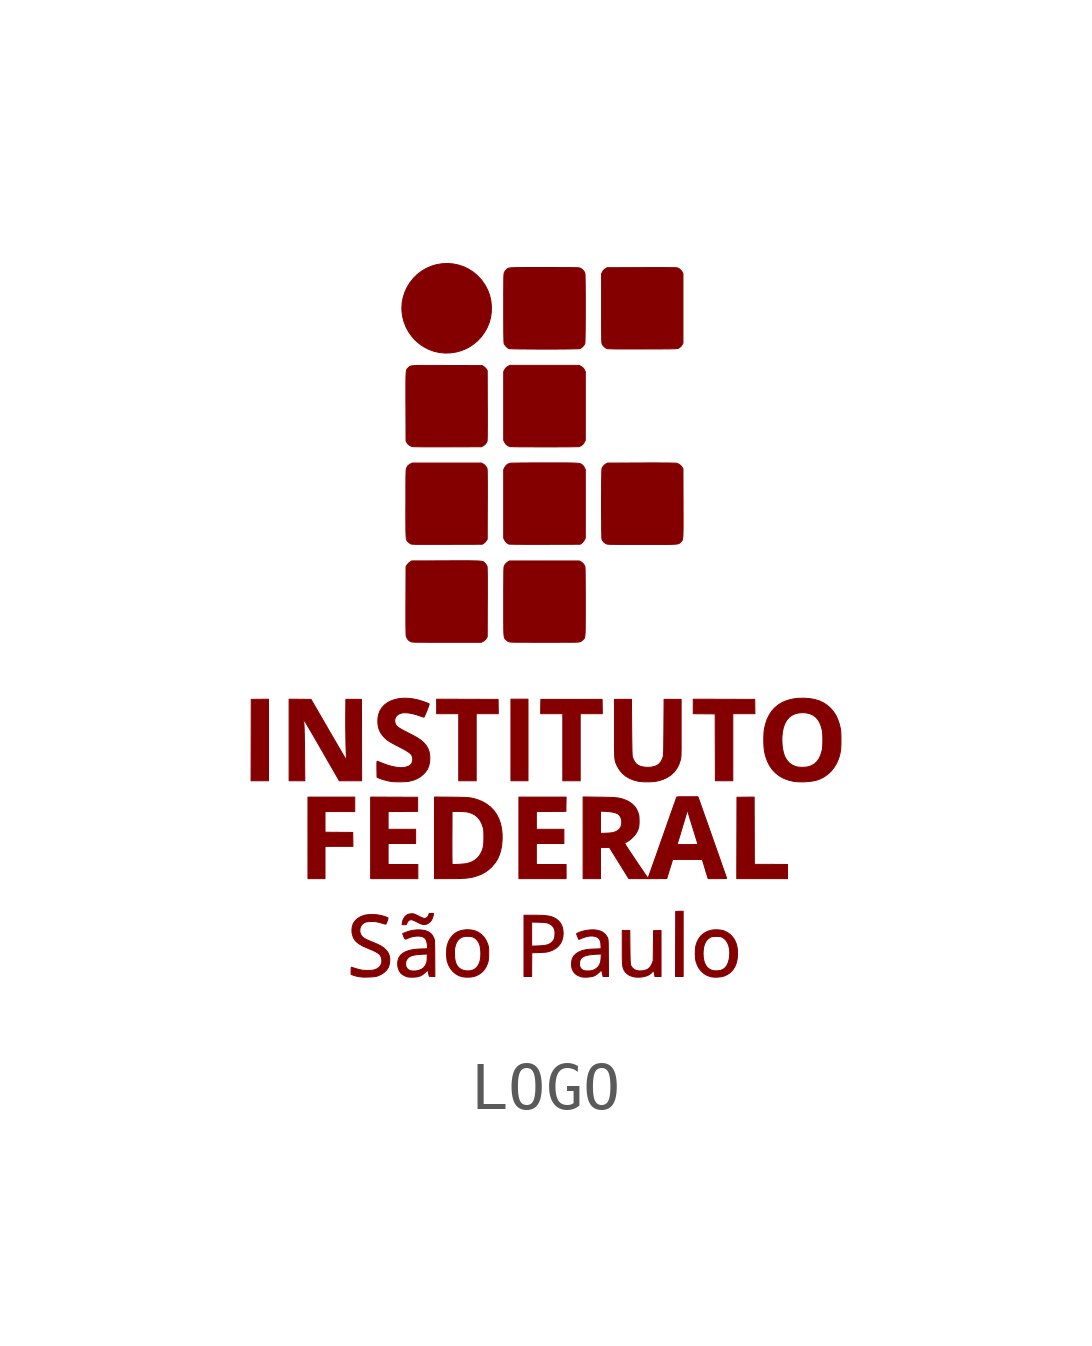
<source format=kicad_sym>
(kicad_symbol_lib
  (version 20220914)
  (generator "bitmap2component")
  (generator_version "9.0")
  (symbol "LOGO"
    (pin_names
      (offset 1.016))
    (property "Reference" "#G"
      (at 0 7.094 0)
      (effects (font (size 1.27 1.27)) hide))
    (symbol "LOGO_0_0"
      (polyline (pts (xy -3.668 -7.4) (xy -3.617 -7.398) (xy -3.571 -7.395) (xy -3.533 -7.391) (xy -3.506 -7.386) (xy -3.454 -7.368) (xy -3.391 -7.337) (xy -3.337 -7.299) (xy -3.292 -7.255) (xy -3.26 -7.208) (xy -3.248 -7.18) (xy -3.233 -7.127) (xy -3.226 -7.07) (xy -3.226 -7.015) (xy -3.227 -7.004) (xy -3.237 -6.951) (xy -3.253 -6.907) (xy -3.279 -6.867) (xy -3.316 -6.825) (xy -3.32 -6.821) (xy -3.35 -6.794) (xy -3.383 -6.77) (xy -3.42 -6.747) (xy -3.465 -6.724) (xy -3.519 -6.7) (xy -3.585 -6.673) (xy -3.634 -6.653) (xy -3.681 -6.633) (xy -3.718 -6.615) (xy -3.748 -6.598) (xy -3.772 -6.582) (xy -3.793 -6.564) (xy -3.799 -6.559) (xy -3.828 -6.519) (xy -3.845 -6.474) (xy -3.85 -6.426) (xy -3.844 -6.378) (xy -3.825 -6.334) (xy -3.796 -6.296) (xy -3.784 -6.286) (xy -3.757 -6.267) (xy -3.724 -6.254) (xy -3.684 -6.246) (xy -3.633 -6.242) (xy -3.571 -6.242) (xy -3.511 -6.247) (xy -3.45 -6.259) (xy -3.382 -6.279) (xy -3.363 -6.285) (xy -3.335 -6.293) (xy -3.315 -6.297) (xy -3.306 -6.296) (xy -3.304 -6.293) (xy -3.296 -6.277) (xy -3.286 -6.254) (xy -3.277 -6.227) (xy -3.268 -6.201) (xy -3.263 -6.18) (xy -3.262 -6.17) (xy -3.265 -6.166) (xy -3.281 -6.158) (xy -3.307 -6.147) (xy -3.34 -6.136) (xy -3.378 -6.125) (xy -3.417 -6.116) (xy -3.454 -6.108) (xy -3.467 -6.106) (xy -3.519 -6.1) (xy -3.576 -6.098) (xy -3.634 -6.098) (xy -3.688 -6.102) (xy -3.732 -6.108) (xy -3.776 -6.12) (xy -3.841 -6.147) (xy -3.898 -6.184) (xy -3.945 -6.227) (xy -3.98 -6.277) (xy -3.991 -6.301) (xy -4.007 -6.356) (xy -4.014 -6.416) (xy -4.011 -6.477) (xy -4.009 -6.489) (xy -3.996 -6.542) (xy -3.977 -6.59) (xy -3.949 -6.633) (xy -3.912 -6.672) (xy -3.865 -6.708) (xy -3.806 -6.744) (xy -3.734 -6.778) (xy -3.649 -6.814) (xy -3.581 -6.842) (xy -3.522 -6.87) (xy -3.475 -6.898) (xy -3.442 -6.923) (xy -3.429 -6.937) (xy -3.408 -6.973) (xy -3.394 -7.016) (xy -3.389 -7.061) (xy -3.394 -7.11) (xy -3.414 -7.157) (xy -3.446 -7.196) (xy -3.49 -7.228) (xy -3.546 -7.251) (xy -3.551 -7.252) (xy -3.585 -7.258) (xy -3.629 -7.262) (xy -3.678 -7.263) (xy -3.729 -7.262) (xy -3.778 -7.259) (xy -3.819 -7.254) (xy -3.824 -7.253) (xy -3.852 -7.246) (xy -3.888 -7.237) (xy -3.927 -7.226) (xy -3.966 -7.214) (xy -3.999 -7.203) (xy -4.021 -7.195) (xy -4.021 -7.195) (xy -4.026 -7.197) (xy -4.029 -7.209) (xy -4.03 -7.231) (xy -4.031 -7.268) (xy -4.031 -7.344) (xy -4.004 -7.355) (xy -3.983 -7.363) (xy -3.941 -7.376) (xy -3.893 -7.387) (xy -3.845 -7.396) (xy -3.844 -7.396) (xy -3.811 -7.399) (xy -3.768 -7.401) (xy -3.719 -7.401) (xy -3.668 -7.4)) (stroke (width 0.01) (type default)) (fill (type outline)))
      (polyline (pts (xy -2.713 -7.402) (xy -2.671 -7.398) (xy -2.638 -7.393) (xy -2.634 -7.391) (xy -2.592 -7.378) (xy -2.557 -7.36) (xy -2.522 -7.336) (xy -2.483 -7.302) (xy -2.431 -7.253) (xy -2.417 -7.319) (xy -2.402 -7.385) (xy -2.344 -7.387) (xy -2.285 -7.389) (xy -2.287 -7.013) (xy -2.287 -6.936) (xy -2.288 -6.863) (xy -2.288 -6.803) (xy -2.289 -6.754) (xy -2.29 -6.714) (xy -2.291 -6.683) (xy -2.292 -6.659) (xy -2.294 -6.64) (xy -2.296 -6.625) (xy -2.299 -6.614) (xy -2.302 -6.603) (xy -2.306 -6.593) (xy -2.306 -6.593) (xy -2.333 -6.537) (xy -2.369 -6.494) (xy -2.416 -6.46) (xy -2.473 -6.437) (xy -2.497 -6.43) (xy -2.575 -6.418) (xy -2.659 -6.417) (xy -2.746 -6.426) (xy -2.833 -6.447) (xy -2.917 -6.479) (xy -2.957 -6.496) (xy -2.934 -6.553) (xy -2.923 -6.579) (xy -2.912 -6.599) (xy -2.9 -6.608) (xy -2.887 -6.608) (xy -2.869 -6.6) (xy -2.864 -6.598) (xy -2.844 -6.59) (xy -2.816 -6.579) (xy -2.784 -6.568) (xy -2.731 -6.555) (xy -2.676 -6.547) (xy -2.621 -6.546) (xy -2.573 -6.551) (xy -2.534 -6.563) (xy -2.502 -6.581) (xy -2.478 -6.607) (xy -2.46 -6.641) (xy -2.448 -6.685) (xy -2.44 -6.742) (xy -2.439 -6.761) (xy -2.438 -6.786) (xy -2.44 -6.801) (xy -2.445 -6.808) (xy -2.455 -6.81) (xy -2.477 -6.812) (xy -2.507 -6.814) (xy -2.542 -6.814) (xy -2.638 -6.818) (xy -2.736 -6.828) (xy -2.822 -6.846) (xy -2.894 -6.872) (xy -2.953 -6.905) (xy -2.999 -6.946) (xy -3.032 -6.994) (xy -3.041 -7.012) (xy -3.056 -7.066) (xy -3.061 -7.123) (xy -3.06 -7.13) (xy -2.896 -7.13) (xy -2.892 -7.082) (xy -2.876 -7.041) (xy -2.846 -7.002) (xy -2.84 -6.997) (xy -2.817 -6.979) (xy -2.79 -6.964) (xy -2.757 -6.952) (xy -2.717 -6.942) (xy -2.667 -6.935) (xy -2.606 -6.929) (xy -2.532 -6.924) (xy -2.442 -6.92) (xy -2.445 -7.005) (xy -2.445 -7.014) (xy -2.447 -7.05) (xy -2.45 -7.077) (xy -2.454 -7.098) (xy -2.462 -7.118) (xy -2.473 -7.142) (xy -2.489 -7.17) (xy -2.521 -7.209) (xy -2.563 -7.238) (xy -2.617 -7.26) (xy -2.634 -7.265) (xy -2.675 -7.272) (xy -2.719 -7.275) (xy -2.761 -7.274) (xy -2.793 -7.268) (xy -2.827 -7.254) (xy -2.861 -7.227) (xy -2.884 -7.191) (xy -2.895 -7.145) (xy -2.896 -7.13) (xy -3.06 -7.13) (xy -3.056 -7.182) (xy -3.041 -7.237) (xy -3.018 -7.286) (xy -2.987 -7.326) (xy -2.971 -7.339) (xy -2.935 -7.362) (xy -2.894 -7.382) (xy -2.855 -7.396) (xy -2.841 -7.398) (xy -2.803 -7.402) (xy -2.759 -7.403) (xy -2.713 -7.402)) (stroke (width 0.01) (type default)) (fill (type outline)))
      (polyline (pts (xy -1.528 -7.399) (xy -1.485 -7.392) (xy -1.436 -7.378) (xy -1.367 -7.345) (xy -1.307 -7.301) (xy -1.256 -7.247) (xy -1.217 -7.184) (xy -1.21 -7.168) (xy -1.193 -7.129) (xy -1.18 -7.092) (xy -1.172 -7.055) (xy -1.167 -7.013) (xy -1.164 -6.963) (xy -1.164 -6.902) (xy -1.164 -6.871) (xy -1.164 -6.83) (xy -1.165 -6.8) (xy -1.168 -6.776) (xy -1.172 -6.756) (xy -1.177 -6.736) (xy -1.185 -6.713) (xy -1.19 -6.7) (xy -1.219 -6.633) (xy -1.256 -6.577) (xy -1.302 -6.526) (xy -1.317 -6.512) (xy -1.378 -6.468) (xy -1.445 -6.438) (xy -1.519 -6.42) (xy -1.602 -6.414) (xy -1.635 -6.415) (xy -1.705 -6.424) (xy -1.77 -6.441) (xy -1.827 -6.465) (xy -1.869 -6.492) (xy -1.92 -6.54) (xy -1.965 -6.598) (xy -2.001 -6.665) (xy -2.026 -6.739) (xy -2.027 -6.742) (xy -2.034 -6.78) (xy -2.038 -6.827) (xy -2.04 -6.878) (xy -1.877 -6.878) (xy -1.876 -6.845) (xy -1.874 -6.817) (xy -1.87 -6.791) (xy -1.863 -6.762) (xy -1.852 -6.723) (xy -1.833 -6.676) (xy -1.808 -6.638) (xy -1.776 -6.605) (xy -1.769 -6.599) (xy -1.733 -6.575) (xy -1.692 -6.56) (xy -1.643 -6.552) (xy -1.584 -6.552) (xy -1.546 -6.554) (xy -1.518 -6.558) (xy -1.495 -6.564) (xy -1.473 -6.574) (xy -1.439 -6.596) (xy -1.398 -6.636) (xy -1.366 -6.686) (xy -1.344 -6.747) (xy -1.331 -6.82) (xy -1.326 -6.905) (xy -1.329 -6.982) (xy -1.339 -7.05) (xy -1.356 -7.108) (xy -1.38 -7.157) (xy -1.413 -7.2) (xy -1.447 -7.23) (xy -1.489 -7.253) (xy -1.503 -7.257) (xy -1.563 -7.271) (xy -1.623 -7.272) (xy -1.681 -7.263) (xy -1.733 -7.243) (xy -1.778 -7.214) (xy -1.813 -7.175) (xy -1.815 -7.172) (xy -1.837 -7.135) (xy -1.853 -7.095) (xy -1.865 -7.05) (xy -1.872 -6.997) (xy -1.875 -6.931) (xy -1.876 -6.922) (xy -1.877 -6.878) (xy -2.04 -6.878) (xy -2.04 -6.881) (xy -2.04 -6.936) (xy -2.038 -6.989) (xy -2.033 -7.036) (xy -2.027 -7.071) (xy -1.999 -7.15) (xy -1.96 -7.22) (xy -1.912 -7.28) (xy -1.856 -7.33) (xy -1.792 -7.367) (xy -1.722 -7.392) (xy -1.685 -7.398) (xy -1.634 -7.402) (xy -1.58 -7.402) (xy -1.528 -7.399)) (stroke (width 0.01) (type default)) (fill (type outline)))
      (polyline (pts (xy 0.884 -7.402) (xy 0.928 -7.399) (xy 0.982 -7.392) (xy 1.028 -7.379) (xy 1.068 -7.359) (xy 1.107 -7.33) (xy 1.148 -7.292) (xy 1.167 -7.274) (xy 1.183 -7.262) (xy 1.191 -7.262) (xy 1.191 -7.264) (xy 1.196 -7.278) (xy 1.202 -7.301) (xy 1.208 -7.33) (xy 1.221 -7.389) (xy 1.278 -7.389) (xy 1.334 -7.389) (xy 1.332 -7.005) (xy 1.331 -6.952) (xy 1.331 -6.874) (xy 1.33 -6.809) (xy 1.33 -6.755) (xy 1.329 -6.712) (xy 1.328 -6.678) (xy 1.327 -6.652) (xy 1.325 -6.631) (xy 1.323 -6.616) (xy 1.321 -6.604) (xy 1.318 -6.594) (xy 1.315 -6.585) (xy 1.299 -6.554) (xy 1.267 -6.512) (xy 1.227 -6.476) (xy 1.185 -6.45) (xy 1.181 -6.448) (xy 1.116 -6.428) (xy 1.043 -6.417) (xy 0.964 -6.417) (xy 0.882 -6.426) (xy 0.799 -6.444) (xy 0.717 -6.472) (xy 0.716 -6.473) (xy 0.692 -6.484) (xy 0.675 -6.493) (xy 0.669 -6.499) (xy 0.669 -6.5) (xy 0.673 -6.512) (xy 0.681 -6.534) (xy 0.692 -6.56) (xy 0.715 -6.616) (xy 0.779 -6.59) (xy 0.781 -6.589) (xy 0.862 -6.561) (xy 0.935 -6.546) (xy 1.001 -6.544) (xy 1.06 -6.554) (xy 1.061 -6.554) (xy 1.105 -6.573) (xy 1.138 -6.601) (xy 1.161 -6.639) (xy 1.174 -6.687) (xy 1.178 -6.747) (xy 1.179 -6.811) (xy 1.05 -6.816) (xy 1.043 -6.816) (xy 0.973 -6.819) (xy 0.916 -6.824) (xy 0.868 -6.83) (xy 0.825 -6.839) (xy 0.786 -6.85) (xy 0.768 -6.856) (xy 0.706 -6.884) (xy 0.654 -6.919) (xy 0.613 -6.96) (xy 0.585 -7.006) (xy 0.578 -7.024) (xy 0.568 -7.07) (xy 0.564 -7.122) (xy 0.564 -7.123) (xy 0.729 -7.123) (xy 0.732 -7.087) (xy 0.741 -7.049) (xy 0.758 -7.017) (xy 0.785 -6.99) (xy 0.822 -6.969) (xy 0.87 -6.952) (xy 0.93 -6.939) (xy 1.003 -6.93) (xy 1.09 -6.924) (xy 1.182 -6.919) (xy 1.182 -6.963) (xy 1.179 -7.025) (xy 1.169 -7.09) (xy 1.149 -7.143) (xy 1.12 -7.187) (xy 1.081 -7.223) (xy 1.032 -7.251) (xy 1.014 -7.259) (xy 0.988 -7.266) (xy 0.958 -7.271) (xy 0.918 -7.273) (xy 0.891 -7.273) (xy 0.854 -7.272) (xy 0.825 -7.266) (xy 0.8 -7.256) (xy 0.775 -7.239) (xy 0.766 -7.231) (xy 0.745 -7.204) (xy 0.733 -7.169) (xy 0.729 -7.123) (xy 0.564 -7.123) (xy 0.565 -7.172) (xy 0.573 -7.216) (xy 0.582 -7.242) (xy 0.607 -7.291) (xy 0.64 -7.33) (xy 0.685 -7.362) (xy 0.743 -7.387) (xy 0.744 -7.387) (xy 0.767 -7.395) (xy 0.789 -7.399) (xy 0.813 -7.402) (xy 0.843 -7.402) (xy 0.884 -7.402)) (stroke (width 0.01) (type default)) (fill (type outline)))
      (polyline (pts (xy 2.01 -7.401) (xy 2.072 -7.391) (xy 2.129 -7.376) (xy 2.175 -7.355) (xy 2.193 -7.344) (xy 2.218 -7.322) (xy 2.242 -7.3) (xy 2.277 -7.262) (xy 2.284 -7.297) (xy 2.286 -7.305) (xy 2.292 -7.335) (xy 2.297 -7.36) (xy 2.302 -7.389) (xy 2.365 -7.389) (xy 2.429 -7.389) (xy 2.429 -6.909) (xy 2.429 -6.429) (xy 2.352 -6.431) (xy 2.274 -6.433) (xy 2.27 -6.747) (xy 2.266 -7.06) (xy 2.247 -7.111) (xy 2.229 -7.151) (xy 2.201 -7.194) (xy 2.168 -7.227) (xy 2.126 -7.25) (xy 2.073 -7.265) (xy 2.036 -7.271) (xy 1.974 -7.273) (xy 1.919 -7.264) (xy 1.871 -7.243) (xy 1.833 -7.211) (xy 1.829 -7.206) (xy 1.819 -7.194) (xy 1.81 -7.182) (xy 1.803 -7.169) (xy 1.797 -7.154) (xy 1.793 -7.135) (xy 1.789 -7.11) (xy 1.787 -7.079) (xy 1.785 -7.04) (xy 1.784 -6.992) (xy 1.783 -6.932) (xy 1.782 -6.86) (xy 1.781 -6.775) (xy 1.778 -6.429) (xy 1.699 -6.429) (xy 1.621 -6.429) (xy 1.621 -6.775) (xy 1.621 -6.805) (xy 1.621 -6.891) (xy 1.621 -6.963) (xy 1.622 -7.023) (xy 1.624 -7.073) (xy 1.626 -7.114) (xy 1.629 -7.148) (xy 1.632 -7.175) (xy 1.637 -7.198) (xy 1.643 -7.217) (xy 1.65 -7.235) (xy 1.658 -7.252) (xy 1.682 -7.291) (xy 1.724 -7.334) (xy 1.776 -7.367) (xy 1.84 -7.39) (xy 1.883 -7.399) (xy 1.945 -7.403) (xy 2.01 -7.401)) (stroke (width 0.01) (type default)) (fill (type outline)))
      (polyline (pts (xy 3.656 -7.398) (xy 3.709 -7.389) (xy 3.746 -7.378) (xy 3.816 -7.346) (xy 3.876 -7.303) (xy 3.927 -7.249) (xy 3.967 -7.185) (xy 3.997 -7.111) (xy 4.016 -7.027) (xy 4.024 -6.934) (xy 4.021 -6.833) (xy 4.016 -6.786) (xy 3.996 -6.705) (xy 3.964 -6.631) (xy 3.922 -6.567) (xy 3.869 -6.512) (xy 3.806 -6.468) (xy 3.735 -6.436) (xy 3.697 -6.426) (xy 3.643 -6.418) (xy 3.583 -6.415) (xy 3.525 -6.417) (xy 3.473 -6.424) (xy 3.467 -6.426) (xy 3.392 -6.45) (xy 3.326 -6.487) (xy 3.268 -6.535) (xy 3.221 -6.594) (xy 3.183 -6.664) (xy 3.157 -6.743) (xy 3.153 -6.763) (xy 3.147 -6.809) (xy 3.144 -6.864) (xy 3.143 -6.911) (xy 3.305 -6.911) (xy 3.307 -6.861) (xy 3.317 -6.78) (xy 3.336 -6.711) (xy 3.365 -6.654) (xy 3.404 -6.608) (xy 3.453 -6.574) (xy 3.46 -6.57) (xy 3.477 -6.563) (xy 3.493 -6.558) (xy 3.514 -6.555) (xy 3.542 -6.554) (xy 3.581 -6.554) (xy 3.599 -6.554) (xy 3.633 -6.554) (xy 3.658 -6.556) (xy 3.676 -6.56) (xy 3.692 -6.565) (xy 3.71 -6.574) (xy 3.74 -6.593) (xy 3.782 -6.634) (xy 3.816 -6.686) (xy 3.841 -6.747) (xy 3.856 -6.817) (xy 3.862 -6.895) (xy 3.857 -6.979) (xy 3.85 -7.028) (xy 3.831 -7.098) (xy 3.804 -7.157) (xy 3.769 -7.204) (xy 3.726 -7.239) (xy 3.676 -7.26) (xy 3.659 -7.264) (xy 3.631 -7.268) (xy 3.6 -7.271) (xy 3.595 -7.271) (xy 3.529 -7.269) (xy 3.471 -7.253) (xy 3.422 -7.225) (xy 3.381 -7.186) (xy 3.348 -7.134) (xy 3.325 -7.071) (xy 3.31 -6.996) (xy 3.305 -6.911) (xy 3.143 -6.911) (xy 3.143 -6.921) (xy 3.145 -6.977) (xy 3.15 -7.028) (xy 3.157 -7.068) (xy 3.159 -7.075) (xy 3.186 -7.152) (xy 3.224 -7.221) (xy 3.272 -7.281) (xy 3.328 -7.33) (xy 3.392 -7.368) (xy 3.462 -7.392) (xy 3.482 -7.396) (xy 3.537 -7.402) (xy 3.597 -7.403) (xy 3.656 -7.398)) (stroke (width 0.01) (type default)) (fill (type outline)))
      (polyline (pts (xy -0.267 -7.141) (xy -0.265 -6.894) (xy -0.113 -6.889) (xy -0.068 -6.888) (xy -0.021 -6.885) (xy 0.016 -6.882) (xy 0.045 -6.879) (xy 0.071 -6.874) (xy 0.094 -6.868) (xy 0.162 -6.843) (xy 0.23 -6.806) (xy 0.287 -6.759) (xy 0.331 -6.703) (xy 0.363 -6.639) (xy 0.383 -6.566) (xy 0.389 -6.486) (xy 0.389 -6.482) (xy 0.382 -6.404) (xy 0.363 -6.335) (xy 0.331 -6.275) (xy 0.288 -6.224) (xy 0.233 -6.182) (xy 0.167 -6.151) (xy 0.165 -6.15) (xy 0.13 -6.139) (xy 0.091 -6.13) (xy 0.047 -6.123) (xy -0.005 -6.118) (xy -0.066 -6.114) (xy -0.139 -6.113) (xy -0.225 -6.112) (xy -0.427 -6.112) (xy -0.427 -6.505) (xy -0.268 -6.505) (xy -0.268 -6.254) (xy -0.123 -6.257) (xy -0.118 -6.258) (xy -0.058 -6.259) (xy -0.01 -6.262) (xy 0.029 -6.267) (xy 0.06 -6.273) (xy 0.087 -6.282) (xy 0.112 -6.295) (xy 0.137 -6.31) (xy 0.148 -6.319) (xy 0.175 -6.345) (xy 0.196 -6.38) (xy 0.202 -6.391) (xy 0.211 -6.412) (xy 0.216 -6.433) (xy 0.218 -6.458) (xy 0.219 -6.493) (xy 0.219 -6.505) (xy 0.215 -6.559) (xy 0.205 -6.602) (xy 0.187 -6.638) (xy 0.16 -6.669) (xy 0.138 -6.689) (xy 0.109 -6.708) (xy 0.076 -6.723) (xy 0.032 -6.736) (xy 0.029 -6.737) (xy 0.000100 -6.741) (xy -0.04 -6.746) (xy -0.089 -6.749) (xy -0.142 -6.752) (xy -0.268 -6.756) (xy -0.268 -6.505) (xy -0.427 -6.505) (xy -0.427 -6.75) (xy -0.427 -7.389) (xy -0.348 -7.389) (xy -0.268 -7.389) (xy -0.267 -7.141)) (stroke (width 0.01) (type default)) (fill (type outline)))
      (polyline (pts (xy 2.89 -6.708) (xy 2.89 -6.028) (xy 2.812 -6.03) (xy 2.735 -6.033) (xy 2.733 -6.711) (xy 2.731 -7.389) (xy 2.81 -7.389) (xy 2.89 -7.389) (xy 2.89 -6.708)) (stroke (width 0.01) (type default)) (fill (type outline)))
      (polyline (pts (xy -2.896 -6.308) (xy -2.882 -6.305) (xy -2.875 -6.299) (xy -2.871 -6.288) (xy -2.869 -6.28) (xy -2.852 -6.244) (xy -2.826 -6.219) (xy -2.795 -6.206) (xy -2.76 -6.207) (xy -2.747 -6.211) (xy -2.723 -6.221) (xy -2.692 -6.235) (xy -2.659 -6.252) (xy -2.659 -6.252) (xy -2.609 -6.277) (xy -2.569 -6.294) (xy -2.534 -6.303) (xy -2.502 -6.305) (xy -2.47 -6.301) (xy -2.464 -6.299) (xy -2.422 -6.281) (xy -2.385 -6.251) (xy -2.354 -6.21) (xy -2.332 -6.162) (xy -2.318 -6.109) (xy -2.314 -6.074) (xy -2.36 -6.074) (xy -2.377 -6.075) (xy -2.399 -6.077) (xy -2.406 -6.083) (xy -2.407 -6.088) (xy -2.413 -6.104) (xy -2.422 -6.125) (xy -2.442 -6.153) (xy -2.471 -6.173) (xy -2.508 -6.18) (xy -2.51 -6.18) (xy -2.527 -6.174) (xy -2.553 -6.164) (xy -2.586 -6.149) (xy -2.622 -6.131) (xy -2.627 -6.128) (xy -2.664 -6.11) (xy -2.691 -6.097) (xy -2.712 -6.088) (xy -2.73 -6.084) (xy -2.748 -6.082) (xy -2.77 -6.082) (xy -2.794 -6.083) (xy -2.837 -6.091) (xy -2.872 -6.109) (xy -2.905 -6.139) (xy -2.922 -6.161) (xy -2.949 -6.213) (xy -2.963 -6.271) (xy -2.967 -6.308) (xy -2.922 -6.308) (xy -2.921 -6.308) (xy -2.896 -6.308)) (stroke (width 0.01) (type default)) (fill (type outline)))
      (polyline (pts (xy -4.575 -5.013) (xy -4.575 -4.676) (xy -4.284 -4.676) (xy -3.993 -4.676) (xy -3.995 -4.531) (xy -3.997 -4.386) (xy -4.286 -4.384) (xy -4.575 -4.382) (xy -4.575 -4.166) (xy -4.575 -3.951) (xy -4.265 -3.951) (xy -3.955 -3.951) (xy -3.955 -3.8) (xy -3.955 -3.649) (xy -4.442 -3.649) (xy -4.93 -3.649) (xy -4.93 -4.499) (xy -4.93 -5.349) (xy -4.752 -5.349) (xy -4.575 -5.349) (xy -4.575 -5.013)) (stroke (width 0.01) (type default)) (fill (type outline)))
      (polyline (pts (xy -2.64 -5.202) (xy -2.64 -5.054) (xy -2.95 -5.054) (xy -3.26 -5.054) (xy -3.26 -4.835) (xy -3.26 -4.616) (xy -2.973 -4.616) (xy -2.686 -4.616) (xy -2.686 -4.469) (xy -2.686 -4.321) (xy -2.973 -4.321) (xy -3.26 -4.321) (xy -3.26 -4.136) (xy -3.26 -3.951) (xy -2.952 -3.949) (xy -2.644 -3.947) (xy -2.644 -3.8) (xy -2.644 -3.653) (xy -3.134 -3.651) (xy -3.623 -3.649) (xy -3.623 -4.499) (xy -3.623 -5.349) (xy -3.132 -5.349) (xy -2.64 -5.349) (xy -2.64 -5.202)) (stroke (width 0.01) (type default)) (fill (type outline)))
      (polyline (pts (xy -1.937 -5.349) (xy -1.845 -5.348) (xy -1.766 -5.346) (xy -1.697 -5.343) (xy -1.636 -5.339) (xy -1.583 -5.333) (xy -1.535 -5.326) (xy -1.49 -5.316) (xy -1.446 -5.304) (xy -1.403 -5.29) (xy -1.357 -5.273) (xy -1.312 -5.254) (xy -1.239 -5.215) (xy -1.172 -5.168) (xy -1.106 -5.108) (xy -1.089 -5.09) (xy -1.028 -5.018) (xy -0.979 -4.939) (xy -0.941 -4.854) (xy -0.912 -4.76) (xy -0.893 -4.656) (xy -0.883 -4.54) (xy -0.883 -4.426) (xy -0.894 -4.309) (xy -0.917 -4.2) (xy -0.953 -4.101) (xy -0.999 -4.01) (xy -1.058 -3.928) (xy -1.127 -3.856) (xy -1.207 -3.795) (xy -1.298 -3.743) (xy -1.4 -3.702) (xy -1.414 -3.698) (xy -1.446 -3.688) (xy -1.476 -3.679) (xy -1.506 -3.673) (xy -1.538 -3.667) (xy -1.574 -3.663) (xy -1.614 -3.659) (xy -1.661 -3.656) (xy -1.717 -3.655) (xy -1.783 -3.653) (xy -1.86 -3.652) (xy -1.951 -3.651) (xy -2.293 -3.648) (xy -2.293 -4.498) (xy -2.293 -4.746) (xy -1.929 -4.746) (xy -1.929 -4.666) (xy -1.929 -4.581) (xy -1.929 -4.491) (xy -1.927 -3.947) (xy -1.791 -3.949) (xy -1.755 -3.949) (xy -1.69 -3.952) (xy -1.637 -3.956) (xy -1.598 -3.962) (xy -1.594 -3.963) (xy -1.518 -3.986) (xy -1.452 -4.021) (xy -1.394 -4.068) (xy -1.346 -4.127) (xy -1.308 -4.198) (xy -1.279 -4.28) (xy -1.276 -4.29) (xy -1.271 -4.313) (xy -1.268 -4.336) (xy -1.265 -4.362) (xy -1.264 -4.395) (xy -1.263 -4.437) (xy -1.263 -4.491) (xy -1.263 -4.551) (xy -1.266 -4.609) (xy -1.27 -4.657) (xy -1.278 -4.699) (xy -1.289 -4.739) (xy -1.304 -4.777) (xy -1.324 -4.819) (xy -1.362 -4.88) (xy -1.413 -4.934) (xy -1.474 -4.979) (xy -1.544 -5.013) (xy -1.622 -5.035) (xy -1.632 -5.037) (xy -1.665 -5.041) (xy -1.708 -5.045) (xy -1.754 -5.049) (xy -1.801 -5.052) (xy -1.831 -5.053) (xy -1.869 -5.054) (xy -1.896 -5.054) (xy -1.913 -5.053) (xy -1.923 -5.05) (xy -1.926 -5.046) (xy -1.927 -5.039) (xy -1.927 -5.019) (xy -1.928 -4.985) (xy -1.928 -4.939) (xy -1.929 -4.884) (xy -1.929 -4.819) (xy -1.929 -4.746) (xy -2.293 -4.746) (xy -2.293 -5.349) (xy -1.999 -5.349) (xy -1.937 -5.349)) (stroke (width 0.01) (type default)) (fill (type outline)))
      (polyline (pts (xy 0.45 -5.202) (xy 0.45 -5.054) (xy 0.14 -5.054) (xy -0.17 -5.054) (xy -0.17 -4.835) (xy -0.17 -4.616) (xy 0.117 -4.616) (xy 0.404 -4.616) (xy 0.404 -4.469) (xy 0.404 -4.321) (xy 0.117 -4.321) (xy -0.17 -4.321) (xy -0.17 -4.136) (xy -0.17 -3.951) (xy 0.138 -3.949) (xy 0.446 -3.947) (xy 0.448 -3.798) (xy 0.45 -3.649) (xy -0.041 -3.649) (xy -0.533 -3.649) (xy -0.533 -4.499) (xy -0.533 -5.349) (xy -0.042 -5.349) (xy 0.45 -5.349) (xy 0.45 -5.202)) (stroke (width 0.01) (type default)) (fill (type outline)))
      (polyline (pts (xy 1.167 -5.024) (xy 1.167 -4.699) (xy 1.261 -4.699) (xy 1.355 -4.699) (xy 1.557 -5.024) (xy 1.759 -5.349) (xy 2.154 -5.349) (xy 2.186 -5.349) (xy 2.26 -5.349) (xy 2.328 -5.349) (xy 2.39 -5.348) (xy 2.444 -5.348) (xy 2.488 -5.347) (xy 2.521 -5.347) (xy 2.542 -5.346) (xy 2.55 -5.346) (xy 2.55 -5.345) (xy 2.551 -5.339) (xy 2.555 -5.325) (xy 2.562 -5.304) (xy 2.571 -5.272) (xy 2.584 -5.231) (xy 2.6 -5.178) (xy 2.621 -5.112) (xy 2.645 -5.034) (xy 2.671 -4.949) (xy 2.98 -4.949) (xy 3.289 -4.949) (xy 3.297 -4.973) (xy 3.3 -4.984) (xy 3.308 -5.009) (xy 3.318 -5.042) (xy 3.33 -5.082) (xy 3.343 -5.126) (xy 3.353 -5.158) (xy 3.366 -5.203) (xy 3.379 -5.244) (xy 3.39 -5.278) (xy 3.397 -5.302) (xy 3.412 -5.349) (xy 3.604 -5.349) (xy 3.649 -5.349) (xy 3.697 -5.348) (xy 3.737 -5.347) (xy 3.769 -5.346) (xy 3.789 -5.344) (xy 3.796 -5.343) (xy 3.795 -5.338) (xy 3.789 -5.319) (xy 3.778 -5.289) (xy 3.764 -5.247) (xy 3.746 -5.196) (xy 3.724 -5.135) (xy 3.7 -5.066) (xy 3.674 -4.99) (xy 3.645 -4.908) (xy 3.615 -4.822) (xy 3.583 -4.732) (xy 3.55 -4.639) (xy 3.517 -4.545) (xy 3.484 -4.45) (xy 3.451 -4.356) (xy 3.419 -4.264) (xy 3.387 -4.174) (xy 3.357 -4.089) (xy 3.328 -4.008) (xy 3.302 -3.934) (xy 3.278 -3.866) (xy 3.257 -3.807) (xy 3.24 -3.757) (xy 3.225 -3.717) (xy 3.215 -3.689) (xy 3.21 -3.674) (xy 3.197 -3.642) (xy 2.98 -3.642) (xy 2.947 -3.642) (xy 2.89 -3.642) (xy 2.846 -3.642) (xy 2.813 -3.643) (xy 2.79 -3.644) (xy 2.774 -3.646) (xy 2.764 -3.648) (xy 2.758 -3.651) (xy 2.755 -3.655) (xy 2.754 -3.658) (xy 2.748 -3.674) (xy 2.737 -3.704) (xy 2.723 -3.745) (xy 2.704 -3.797) (xy 2.682 -3.859) (xy 2.657 -3.931) (xy 2.628 -4.011) (xy 2.598 -4.098) (xy 2.564 -4.192) (xy 2.53 -4.292) (xy 2.493 -4.396) (xy 2.455 -4.505) (xy 2.432 -4.568) (xy 2.408 -4.639) (xy 2.763 -4.639) (xy 2.778 -4.591) (xy 2.783 -4.574) (xy 2.795 -4.537) (xy 2.809 -4.491) (xy 2.825 -4.438) (xy 2.842 -4.38) (xy 2.86 -4.32) (xy 2.879 -4.258) (xy 2.897 -4.198) (xy 2.914 -4.141) (xy 2.93 -4.088) (xy 2.943 -4.042) (xy 2.954 -4.005) (xy 2.962 -3.978) (xy 2.966 -3.964) (xy 2.973 -3.942) (xy 2.979 -3.93) (xy 2.986 -3.934) (xy 2.991 -3.953) (xy 2.993 -3.959) (xy 2.998 -3.98) (xy 3.008 -4.013) (xy 3.021 -4.055) (xy 3.036 -4.106) (xy 3.054 -4.164) (xy 3.073 -4.228) (xy 3.094 -4.295) (xy 3.108 -4.34) (xy 3.128 -4.404) (xy 3.146 -4.463) (xy 3.162 -4.515) (xy 3.176 -4.559) (xy 3.186 -4.593) (xy 3.193 -4.616) (xy 3.196 -4.625) (xy 3.197 -4.628) (xy 3.195 -4.632) (xy 3.19 -4.634) (xy 3.178 -4.636) (xy 3.16 -4.637) (xy 3.132 -4.638) (xy 3.095 -4.638) (xy 3.045 -4.639) (xy 2.982 -4.639) (xy 2.763 -4.639) (xy 2.408 -4.639) (xy 2.395 -4.674) (xy 2.36 -4.775) (xy 2.326 -4.871) (xy 2.294 -4.96) (xy 2.265 -5.042) (xy 2.239 -5.116) (xy 2.216 -5.181) (xy 2.196 -5.237) (xy 2.18 -5.281) (xy 2.168 -5.314) (xy 2.16 -5.334) (xy 2.157 -5.341) (xy 2.154 -5.337) (xy 2.142 -5.321) (xy 2.124 -5.295) (xy 2.099 -5.259) (xy 2.069 -5.215) (xy 2.034 -5.163) (xy 1.995 -5.106) (xy 1.953 -5.043) (xy 1.908 -4.977) (xy 1.895 -4.958) (xy 1.845 -4.883) (xy 1.802 -4.819) (xy 1.767 -4.766) (xy 1.739 -4.723) (xy 1.716 -4.688) (xy 1.699 -4.66) (xy 1.687 -4.64) (xy 1.679 -4.625) (xy 1.675 -4.615) (xy 1.674 -4.609) (xy 1.676 -4.605) (xy 1.676 -4.605) (xy 1.689 -4.598) (xy 1.71 -4.585) (xy 1.736 -4.571) (xy 1.746 -4.564) (xy 1.786 -4.536) (xy 1.826 -4.5) (xy 1.864 -4.461) (xy 1.897 -4.421) (xy 1.92 -4.386) (xy 1.939 -4.347) (xy 1.953 -4.313) (xy 1.963 -4.28) (xy 1.968 -4.244) (xy 1.971 -4.201) (xy 1.972 -4.148) (xy 1.971 -4.112) (xy 1.97 -4.076) (xy 1.968 -4.049) (xy 1.965 -4.026) (xy 1.959 -4.004) (xy 1.951 -3.979) (xy 1.95 -3.977) (xy 1.936 -3.942) (xy 1.92 -3.908) (xy 1.905 -3.881) (xy 1.883 -3.851) (xy 1.834 -3.8) (xy 1.774 -3.755) (xy 1.707 -3.719) (xy 1.636 -3.692) (xy 1.609 -3.684) (xy 1.581 -3.677) (xy 1.553 -3.671) (xy 1.523 -3.666) (xy 1.49 -3.663) (xy 1.453 -3.659) (xy 1.409 -3.657) (xy 1.357 -3.655) (xy 1.296 -3.654) (xy 1.222 -3.652) (xy 1.135 -3.651) (xy 0.805 -3.647) (xy 0.805 -4.174) (xy 1.167 -4.174) (xy 1.167 -3.942) (xy 1.279 -3.947) (xy 1.289 -3.948) (xy 1.369 -3.955) (xy 1.435 -3.965) (xy 1.489 -3.98) (xy 1.528 -3.998) (xy 1.548 -4.013) (xy 1.578 -4.049) (xy 1.599 -4.094) (xy 1.61 -4.145) (xy 1.61 -4.2) (xy 1.609 -4.204) (xy 1.597 -4.258) (xy 1.574 -4.302) (xy 1.54 -4.338) (xy 1.495 -4.366) (xy 1.436 -4.387) (xy 1.429 -4.389) (xy 1.404 -4.393) (xy 1.368 -4.397) (xy 1.326 -4.4) (xy 1.282 -4.402) (xy 1.167 -4.407) (xy 1.167 -4.174) (xy 0.805 -4.174) (xy 0.805 -4.498) (xy 0.805 -5.349) (xy 0.986 -5.349) (xy 1.167 -5.349) (xy 1.167 -5.024)) (stroke (width 0.01) (type default)) (fill (type outline)))
      (polyline (pts (xy 5.066 -5.202) (xy 5.066 -5.054) (xy 4.72 -5.052) (xy 4.374 -5.051) (xy 4.372 -4.35) (xy 4.37 -3.649) (xy 4.191 -3.651) (xy 4.012 -3.653) (xy 4.01 -4.501) (xy 4.008 -5.349) (xy 4.537 -5.349) (xy 5.066 -5.349) (xy 5.066 -5.202)) (stroke (width 0.01) (type default)) (fill (type outline)))
      (polyline (pts (xy -2.97 -3.33) (xy -2.916 -3.328) (xy -2.87 -3.325) (xy -2.835 -3.321) (xy -2.815 -3.317) (xy -2.729 -3.295) (xy -2.653 -3.264) (xy -2.585 -3.223) (xy -2.523 -3.171) (xy -2.483 -3.128) (xy -2.441 -3.068) (xy -2.413 -3.001) (xy -2.396 -2.927) (xy -2.39 -2.844) (xy -2.393 -2.776) (xy -2.406 -2.701) (xy -2.431 -2.635) (xy -2.467 -2.575) (xy -2.515 -2.519) (xy -2.525 -2.509) (xy -2.555 -2.482) (xy -2.586 -2.457) (xy -2.621 -2.433) (xy -2.662 -2.407) (xy -2.711 -2.379) (xy -2.77 -2.348) (xy -2.84 -2.312) (xy -2.86 -2.302) (xy -2.924 -2.269) (xy -2.976 -2.241) (xy -3.017 -2.217) (xy -3.049 -2.196) (xy -3.073 -2.176) (xy -3.091 -2.157) (xy -3.103 -2.137) (xy -3.112 -2.116) (xy -3.118 -2.092) (xy -3.122 -2.055) (xy -3.115 -2.009) (xy -3.095 -1.969) (xy -3.063 -1.936) (xy -3.02 -1.911) (xy -2.966 -1.895) (xy -2.942 -1.891) (xy -2.884 -1.891) (xy -2.818 -1.898) (xy -2.745 -1.912) (xy -2.667 -1.933) (xy -2.588 -1.96) (xy -2.567 -1.968) (xy -2.54 -1.977) (xy -2.521 -1.982) (xy -2.511 -1.982) (xy -2.51 -1.979) (xy -2.502 -1.965) (xy -2.491 -1.94) (xy -2.477 -1.909) (xy -2.463 -1.873) (xy -2.447 -1.835) (xy -2.433 -1.797) (xy -2.42 -1.763) (xy -2.41 -1.735) (xy -2.405 -1.716) (xy -2.404 -1.707) (xy -2.405 -1.706) (xy -2.418 -1.699) (xy -2.443 -1.688) (xy -2.477 -1.675) (xy -2.516 -1.662) (xy -2.557 -1.648) (xy -2.598 -1.635) (xy -2.636 -1.624) (xy -2.736 -1.603) (xy -2.839 -1.59) (xy -2.938 -1.589) (xy -3.032 -1.597) (xy -3.119 -1.616) (xy -3.199 -1.644) (xy -3.271 -1.681) (xy -3.334 -1.728) (xy -3.385 -1.783) (xy -3.426 -1.846) (xy -3.431 -1.857) (xy -3.455 -1.921) (xy -3.469 -1.989) (xy -3.474 -2.066) (xy -3.474 -2.072) (xy -3.468 -2.155) (xy -3.45 -2.23) (xy -3.42 -2.298) (xy -3.376 -2.362) (xy -3.357 -2.384) (xy -3.332 -2.411) (xy -3.305 -2.436) (xy -3.276 -2.46) (xy -3.241 -2.484) (xy -3.199 -2.51) (xy -3.149 -2.538) (xy -3.089 -2.57) (xy -3.017 -2.607) (xy -2.952 -2.641) (xy -2.894 -2.673) (xy -2.848 -2.701) (xy -2.812 -2.727) (xy -2.785 -2.752) (xy -2.766 -2.778) (xy -2.754 -2.804) (xy -2.748 -2.832) (xy -2.746 -2.864) (xy -2.751 -2.908) (xy -2.768 -2.95) (xy -2.797 -2.983) (xy -2.839 -3.009) (xy -2.894 -3.026) (xy -2.912 -3.029) (xy -2.953 -3.035) (xy -2.994 -3.036) (xy -3.039 -3.033) (xy -3.094 -3.026) (xy -3.097 -3.026) (xy -3.188 -3.007) (xy -3.282 -2.98) (xy -3.384 -2.942) (xy -3.416 -2.929) (xy -3.446 -2.917) (xy -3.469 -2.908) (xy -3.481 -2.904) (xy -3.484 -2.903) (xy -3.488 -2.904) (xy -3.49 -2.91) (xy -3.492 -2.922) (xy -3.493 -2.942) (xy -3.493 -2.972) (xy -3.493 -3.013) (xy -3.493 -3.068) (xy -3.49 -3.236) (xy -3.438 -3.258) (xy -3.409 -3.269) (xy -3.357 -3.285) (xy -3.3 -3.301) (xy -3.245 -3.314) (xy -3.196 -3.323) (xy -3.178 -3.325) (xy -3.135 -3.329) (xy -3.083 -3.33) (xy -3.027 -3.331) (xy -2.97 -3.33)) (stroke (width 0.01) (type default)) (fill (type outline)))
      (polyline (pts (xy 2.226 -3.329) (xy 2.278 -3.325) (xy 2.32 -3.32) (xy 2.379 -3.308) (xy 2.476 -3.278) (xy 2.562 -3.237) (xy 2.638 -3.186) (xy 2.703 -3.125) (xy 2.757 -3.053) (xy 2.8 -2.971) (xy 2.831 -2.878) (xy 2.833 -2.873) (xy 2.835 -2.862) (xy 2.838 -2.85) (xy 2.84 -2.838) (xy 2.842 -2.823) (xy 2.844 -2.805) (xy 2.845 -2.783) (xy 2.846 -2.756) (xy 2.847 -2.722) (xy 2.847 -2.681) (xy 2.848 -2.631) (xy 2.848 -2.571) (xy 2.848 -2.501) (xy 2.848 -2.418) (xy 2.848 -2.323) (xy 2.848 -2.214) (xy 2.848 -1.613) (xy 2.671 -1.613) (xy 2.493 -1.613) (xy 2.489 -2.191) (xy 2.489 -2.231) (xy 2.488 -2.334) (xy 2.487 -2.424) (xy 2.486 -2.501) (xy 2.486 -2.567) (xy 2.485 -2.622) (xy 2.484 -2.668) (xy 2.483 -2.705) (xy 2.482 -2.735) (xy 2.48 -2.759) (xy 2.479 -2.777) (xy 2.477 -2.792) (xy 2.475 -2.803) (xy 2.472 -2.812) (xy 2.459 -2.852) (xy 2.43 -2.909) (xy 2.394 -2.954) (xy 2.348 -2.988) (xy 2.293 -3.011) (xy 2.228 -3.025) (xy 2.151 -3.029) (xy 2.123 -3.029) (xy 2.062 -3.022) (xy 2.007 -3.01) (xy 1.962 -2.992) (xy 1.961 -2.992) (xy 1.92 -2.963) (xy 1.883 -2.921) (xy 1.853 -2.868) (xy 1.83 -2.807) (xy 1.83 -2.803) (xy 1.828 -2.786) (xy 1.826 -2.757) (xy 1.825 -2.716) (xy 1.823 -2.663) (xy 1.822 -2.597) (xy 1.821 -2.518) (xy 1.819 -2.424) (xy 1.818 -2.317) (xy 1.817 -2.195) (xy 1.813 -1.613) (xy 1.636 -1.613) (xy 1.458 -1.613) (xy 1.458 -2.214) (xy 1.458 -2.278) (xy 1.458 -2.385) (xy 1.458 -2.479) (xy 1.458 -2.561) (xy 1.459 -2.631) (xy 1.46 -2.691) (xy 1.461 -2.742) (xy 1.463 -2.785) (xy 1.465 -2.821) (xy 1.468 -2.851) (xy 1.472 -2.877) (xy 1.477 -2.899) (xy 1.482 -2.919) (xy 1.489 -2.938) (xy 1.496 -2.956) (xy 1.505 -2.975) (xy 1.514 -2.995) (xy 1.521 -3.01) (xy 1.569 -3.088) (xy 1.627 -3.156) (xy 1.695 -3.214) (xy 1.774 -3.26) (xy 1.864 -3.296) (xy 1.963 -3.321) (xy 2.001 -3.325) (xy 2.051 -3.329) (xy 2.109 -3.331) (xy 2.168 -3.331) (xy 2.226 -3.329)) (stroke (width 0.01) (type default)) (fill (type outline)))
      (polyline (pts (xy 5.457 -3.329) (xy 5.535 -3.321) (xy 5.608 -3.311) (xy 5.67 -3.296) (xy 5.74 -3.272) (xy 5.827 -3.228) (xy 5.906 -3.172) (xy 5.977 -3.105) (xy 6.038 -3.027) (xy 6.09 -2.94) (xy 6.13 -2.844) (xy 6.145 -2.796) (xy 6.157 -2.75) (xy 6.166 -2.704) (xy 6.173 -2.655) (xy 6.177 -2.599) (xy 6.179 -2.535) (xy 6.179 -2.459) (xy 6.179 -2.45) (xy 6.179 -2.392) (xy 6.178 -2.346) (xy 6.177 -2.309) (xy 6.175 -2.279) (xy 6.172 -2.252) (xy 6.168 -2.227) (xy 6.162 -2.199) (xy 6.143 -2.122) (xy 6.111 -2.028) (xy 6.072 -1.944) (xy 6.024 -1.87) (xy 5.967 -1.804) (xy 5.961 -1.797) (xy 5.891 -1.735) (xy 5.815 -1.685) (xy 5.732 -1.646) (xy 5.641 -1.617) (xy 5.54 -1.598) (xy 5.428 -1.589) (xy 5.399 -1.588) (xy 5.278 -1.591) (xy 5.165 -1.607) (xy 5.061 -1.634) (xy 4.966 -1.672) (xy 4.881 -1.722) (xy 4.806 -1.783) (xy 4.74 -1.855) (xy 4.685 -1.938) (xy 4.64 -2.031) (xy 4.606 -2.134) (xy 4.603 -2.147) (xy 4.592 -2.196) (xy 4.583 -2.241) (xy 4.577 -2.286) (xy 4.574 -2.335) (xy 4.572 -2.391) (xy 4.571 -2.459) (xy 4.571 -2.469) (xy 4.948 -2.469) (xy 4.95 -2.379) (xy 4.959 -2.292) (xy 4.976 -2.211) (xy 4.981 -2.19) (xy 5.011 -2.111) (xy 5.05 -2.044) (xy 5.098 -1.989) (xy 5.155 -1.945) (xy 5.221 -1.914) (xy 5.296 -1.895) (xy 5.379 -1.889) (xy 5.457 -1.894) (xy 5.531 -1.911) (xy 5.596 -1.94) (xy 5.653 -1.982) (xy 5.701 -2.035) (xy 5.74 -2.101) (xy 5.77 -2.179) (xy 5.793 -2.27) (xy 5.794 -2.28) (xy 5.797 -2.313) (xy 5.8 -2.357) (xy 5.802 -2.406) (xy 5.802 -2.459) (xy 5.802 -2.482) (xy 5.801 -2.534) (xy 5.799 -2.581) (xy 5.796 -2.62) (xy 5.793 -2.648) (xy 5.783 -2.693) (xy 5.757 -2.778) (xy 5.722 -2.851) (xy 5.678 -2.911) (xy 5.626 -2.959) (xy 5.564 -2.994) (xy 5.495 -3.018) (xy 5.485 -3.02) (xy 5.447 -3.025) (xy 5.401 -3.028) (xy 5.353 -3.028) (xy 5.309 -3.026) (xy 5.273 -3.022) (xy 5.222 -3.008) (xy 5.156 -2.978) (xy 5.099 -2.935) (xy 5.051 -2.88) (xy 5.012 -2.814) (xy 5.003 -2.794) (xy 4.98 -2.724) (xy 4.963 -2.645) (xy 4.952 -2.559) (xy 4.948 -2.469) (xy 4.571 -2.469) (xy 4.572 -2.51) (xy 4.574 -2.584) (xy 4.58 -2.648) (xy 4.589 -2.707) (xy 4.601 -2.764) (xy 4.618 -2.822) (xy 4.646 -2.9) (xy 4.693 -2.994) (xy 4.75 -3.076) (xy 4.818 -3.147) (xy 4.896 -3.208) (xy 4.983 -3.257) (xy 5.081 -3.294) (xy 5.188 -3.32) (xy 5.229 -3.326) (xy 5.299 -3.331) (xy 5.377 -3.332) (xy 5.457 -3.329)) (stroke (width 0.01) (type default)) (fill (type outline)))
      (polyline (pts (xy -5.753 -2.459) (xy -5.753 -1.609) (xy -5.933 -1.611) (xy -6.112 -1.613) (xy -6.114 -2.461) (xy -6.116 -3.309) (xy -5.934 -3.309) (xy -5.753 -3.309) (xy -5.753 -2.459)) (stroke (width 0.01) (type default)) (fill (type outline)))
      (polyline (pts (xy -5 -2.797) (xy -5 -2.77) (xy -5.001 -2.679) (xy -5.002 -2.591) (xy -5.003 -2.506) (xy -5.005 -2.426) (xy -5.006 -2.353) (xy -5.008 -2.288) (xy -5.009 -2.234) (xy -5.011 -2.191) (xy -5.012 -2.162) (xy -5.014 -2.134) (xy -5.017 -2.095) (xy -5.018 -2.063) (xy -5.019 -2.041) (xy -5.019 -2.031) (xy -5.017 -2.032) (xy -5.01 -2.044) (xy -4.995 -2.067) (xy -4.974 -2.102) (xy -4.948 -2.146) (xy -4.916 -2.2) (xy -4.88 -2.262) (xy -4.84 -2.331) (xy -4.795 -2.407) (xy -4.748 -2.489) (xy -4.698 -2.575) (xy -4.646 -2.666) (xy -4.276 -3.309) (xy -4.044 -3.309) (xy -3.812 -3.309) (xy -3.813 -2.461) (xy -3.815 -1.613) (xy -3.978 -1.613) (xy -4.14 -1.613) (xy -4.143 -1.979) (xy -4.143 -1.998) (xy -4.143 -2.077) (xy -4.143 -2.16) (xy -4.142 -2.245) (xy -4.141 -2.33) (xy -4.14 -2.415) (xy -4.139 -2.497) (xy -4.137 -2.575) (xy -4.135 -2.647) (xy -4.133 -2.712) (xy -4.131 -2.768) (xy -4.129 -2.813) (xy -4.126 -2.847) (xy -4.124 -2.867) (xy -4.123 -2.873) (xy -4.123 -2.884) (xy -4.128 -2.882) (xy -4.129 -2.88) (xy -4.137 -2.868) (xy -4.151 -2.844) (xy -4.172 -2.808) (xy -4.199 -2.763) (xy -4.231 -2.709) (xy -4.267 -2.647) (xy -4.308 -2.577) (xy -4.352 -2.501) (xy -4.4 -2.419) (xy -4.45 -2.333) (xy -4.502 -2.243) (xy -4.867 -1.613) (xy -5.095 -1.611) (xy -5.323 -1.609) (xy -5.323 -2.459) (xy -5.323 -3.309) (xy -5.159 -3.309) (xy -4.996 -3.309) (xy -5 -2.797)) (stroke (width 0.01) (type default)) (fill (type outline)))
      (polyline (pts (xy -1.424 -2.61) (xy -1.424 -1.911) (xy -1.194 -1.911) (xy -0.963 -1.911) (xy -0.965 -1.762) (xy -0.967 -1.613) (xy -1.607 -1.611) (xy -2.248 -1.609) (xy -2.248 -1.76) (xy -2.248 -1.911) (xy -2.017 -1.911) (xy -1.787 -1.911) (xy -1.787 -2.61) (xy -1.787 -3.309) (xy -1.605 -3.309) (xy -1.424 -3.309) (xy -1.424 -2.61)) (stroke (width 0.01) (type default)) (fill (type outline)))
      (polyline (pts (xy -0.344 -2.459) (xy -0.344 -1.609) (xy -0.521 -1.609) (xy -0.699 -1.609) (xy -0.699 -2.459) (xy -0.699 -3.309) (xy -0.521 -3.309) (xy -0.344 -3.309) (xy -0.344 -2.459)) (stroke (width 0.01) (type default)) (fill (type outline)))
      (polyline (pts (xy 0.744 -2.61) (xy 0.744 -1.911) (xy 0.975 -1.911) (xy 1.205 -1.911) (xy 1.203 -1.762) (xy 1.201 -1.613) (xy 0.563 -1.613) (xy -0.076 -1.613) (xy -0.078 -1.762) (xy -0.08 -1.911) (xy 0.151 -1.911) (xy 0.382 -1.911) (xy 0.382 -2.61) (xy 0.382 -3.309) (xy 0.563 -3.309) (xy 0.744 -3.309) (xy 0.744 -2.61)) (stroke (width 0.01) (type default)) (fill (type outline)))
      (polyline (pts (xy 3.925 -2.61) (xy 3.925 -1.911) (xy 4.155 -1.911) (xy 4.386 -1.911) (xy 4.384 -1.762) (xy 4.382 -1.613) (xy 3.742 -1.611) (xy 3.101 -1.609) (xy 3.101 -1.76) (xy 3.101 -1.911) (xy 3.33 -1.913) (xy 3.558 -1.915) (xy 3.56 -2.612) (xy 3.562 -3.309) (xy 3.744 -3.309) (xy 3.925 -3.309) (xy 3.925 -2.61)) (stroke (width 0.01) (type default)) (fill (type outline)))
      (polyline (pts (xy -1.28 -0.402) (xy -1.272 -0.398) (xy -1.24 -0.375) (xy -1.216 -0.344) (xy -1.194 -0.307) (xy -1.192 0.411) (xy -1.191 0.532) (xy -1.191 0.652) (xy -1.191 0.759) (xy -1.191 0.852) (xy -1.191 0.931) (xy -1.192 0.998) (xy -1.193 1.052) (xy -1.194 1.095) (xy -1.195 1.127) (xy -1.196 1.148) (xy -1.198 1.159) (xy -1.203 1.172) (xy -1.218 1.197) (xy -1.236 1.22) (xy -1.24 1.224) (xy -1.248 1.233) (xy -1.255 1.241) (xy -1.263 1.248) (xy -1.272 1.254) (xy -1.283 1.259) (xy -1.297 1.263) (xy -1.316 1.266) (xy -1.339 1.269) (xy -1.369 1.272) (xy -1.405 1.273) (xy -1.449 1.274) (xy -1.502 1.275) (xy -1.565 1.276) (xy -1.637 1.276) (xy -1.722 1.276) (xy -1.818 1.276) (xy -1.928 1.276) (xy -2.052 1.275) (xy -2.766 1.273) (xy -2.803 1.25) (xy -2.834 1.226) (xy -2.863 1.19) (xy -2.886 1.153) (xy -2.888 0.45) (xy -2.889 0.4) (xy -2.889 0.27) (xy -2.889 0.154) (xy -2.889 0.053) (xy -2.889 -0.034) (xy -2.888 -0.108) (xy -2.887 -0.169) (xy -2.886 -0.217) (xy -2.885 -0.254) (xy -2.884 -0.278) (xy -2.882 -0.292) (xy -2.877 -0.311) (xy -2.855 -0.351) (xy -2.825 -0.385) (xy -2.788 -0.409) (xy -2.783 -0.411) (xy -2.776 -0.413) (xy -2.767 -0.415) (xy -2.755 -0.416) (xy -2.739 -0.418) (xy -2.718 -0.419) (xy -2.692 -0.42) (xy -2.659 -0.421) (xy -2.618 -0.421) (xy -2.568 -0.422) (xy -2.509 -0.422) (xy -2.44 -0.422) (xy -2.359 -0.423) (xy -2.266 -0.423) (xy -2.159 -0.423) (xy -2.039 -0.423) (xy -1.32 -0.423) (xy -1.28 -0.402)) (stroke (width 0.01) (type default)) (fill (type outline)))
      (polyline (pts (xy 0.23 -0.423) (xy 0.323 -0.422) (xy 0.403 -0.422) (xy 0.472 -0.422) (xy 0.53 -0.422) (xy 0.58 -0.421) (xy 0.62 -0.421) (xy 0.653 -0.42) (xy 0.679 -0.419) (xy 0.7 -0.418) (xy 0.715 -0.416) (xy 0.727 -0.415) (xy 0.736 -0.413) (xy 0.742 -0.411) (xy 0.748 -0.409) (xy 0.754 -0.406) (xy 0.78 -0.389) (xy 0.802 -0.369) (xy 0.803 -0.368) (xy 0.811 -0.36) (xy 0.818 -0.353) (xy 0.824 -0.346) (xy 0.829 -0.337) (xy 0.833 -0.327) (xy 0.837 -0.314) (xy 0.84 -0.296) (xy 0.843 -0.274) (xy 0.845 -0.246) (xy 0.847 -0.211) (xy 0.848 -0.169) (xy 0.849 -0.118) (xy 0.849 -0.057) (xy 0.85 0.013) (xy 0.85 0.096) (xy 0.85 0.19) (xy 0.85 0.298) (xy 0.85 0.42) (xy 0.85 0.544) (xy 0.85 0.662) (xy 0.849 0.766) (xy 0.849 0.857) (xy 0.848 0.935) (xy 0.848 1) (xy 0.847 1.053) (xy 0.846 1.095) (xy 0.844 1.126) (xy 0.843 1.146) (xy 0.841 1.157) (xy 0.841 1.158) (xy 0.822 1.196) (xy 0.793 1.23) (xy 0.757 1.256) (xy 0.725 1.273) (xy 0 1.273) (xy -0.725 1.273) (xy -0.757 1.256) (xy -0.758 1.255) (xy -0.794 1.229) (xy -0.823 1.194) (xy -0.841 1.157) (xy -0.843 1.147) (xy -0.844 1.127) (xy -0.846 1.097) (xy -0.847 1.056) (xy -0.848 1.004) (xy -0.848 0.94) (xy -0.849 0.863) (xy -0.849 0.773) (xy -0.85 0.67) (xy -0.85 0.552) (xy -0.85 0.42) (xy -0.85 0.407) (xy -0.85 0.287) (xy -0.85 0.18) (xy -0.85 0.087) (xy -0.85 0.006) (xy -0.849 -0.064) (xy -0.849 -0.123) (xy -0.848 -0.173) (xy -0.847 -0.215) (xy -0.845 -0.249) (xy -0.843 -0.276) (xy -0.84 -0.298) (xy -0.837 -0.315) (xy -0.833 -0.328) (xy -0.829 -0.338) (xy -0.823 -0.347) (xy -0.817 -0.354) (xy -0.81 -0.361) (xy -0.802 -0.369) (xy -0.797 -0.374) (xy -0.773 -0.394) (xy -0.748 -0.409) (xy -0.748 -0.409) (xy -0.742 -0.411) (xy -0.735 -0.413) (xy -0.727 -0.415) (xy -0.715 -0.416) (xy -0.699 -0.418) (xy -0.678 -0.419) (xy -0.652 -0.42) (xy -0.619 -0.421) (xy -0.578 -0.421) (xy -0.529 -0.422) (xy -0.47 -0.422) (xy -0.401 -0.422) (xy -0.32 -0.422) (xy -0.227 -0.423) (xy -0.12 -0.423) (xy 0 -0.423) (xy 0.004 -0.423) (xy 0.124 -0.423) (xy 0.23 -0.423)) (stroke (width 0.01) (type default)) (fill (type outline)))
      (polyline (pts (xy -2.261 1.619) (xy -2.154 1.619) (xy -2.032 1.619) (xy -1.298 1.621) (xy -1.267 1.641) (xy -1.259 1.647) (xy -1.235 1.669) (xy -1.215 1.694) (xy -1.194 1.725) (xy -1.192 2.447) (xy -1.191 2.552) (xy -1.191 2.681) (xy -1.191 2.796) (xy -1.191 2.896) (xy -1.192 2.983) (xy -1.192 3.055) (xy -1.193 3.112) (xy -1.194 3.155) (xy -1.196 3.183) (xy -1.197 3.196) (xy -1.201 3.208) (xy -1.222 3.242) (xy -1.25 3.273) (xy -1.283 3.296) (xy -1.315 3.313) (xy -2.036 3.313) (xy -2.758 3.313) (xy -2.794 3.295) (xy -2.821 3.278) (xy -2.856 3.243) (xy -2.879 3.198) (xy -2.879 3.198) (xy -2.881 3.19) (xy -2.882 3.177) (xy -2.884 3.159) (xy -2.885 3.134) (xy -2.886 3.101) (xy -2.887 3.06) (xy -2.888 3.009) (xy -2.888 2.949) (xy -2.889 2.877) (xy -2.889 2.794) (xy -2.889 2.699) (xy -2.889 2.589) (xy -2.889 2.466) (xy -2.89 2.351) (xy -2.89 2.242) (xy -2.89 2.146) (xy -2.889 2.062) (xy -2.889 1.99) (xy -2.889 1.929) (xy -2.888 1.877) (xy -2.886 1.833) (xy -2.885 1.798) (xy -2.883 1.769) (xy -2.88 1.746) (xy -2.877 1.728) (xy -2.873 1.714) (xy -2.868 1.703) (xy -2.863 1.694) (xy -2.857 1.686) (xy -2.85 1.679) (xy -2.842 1.671) (xy -2.837 1.666) (xy -2.814 1.647) (xy -2.792 1.632) (xy -2.79 1.631) (xy -2.785 1.628) (xy -2.778 1.626) (xy -2.769 1.625) (xy -2.758 1.623) (xy -2.741 1.622) (xy -2.72 1.621) (xy -2.693 1.62) (xy -2.66 1.619) (xy -2.618 1.619) (xy -2.568 1.619) (xy -2.508 1.619) (xy -2.437 1.618) (xy -2.355 1.618) (xy -2.261 1.619)) (stroke (width 0.01) (type default)) (fill (type outline)))
      (polyline (pts (xy 0.009 1.619) (xy 0.743 1.621) (xy 0.775 1.644) (xy 0.778 1.646) (xy 0.806 1.674) (xy 0.829 1.708) (xy 0.85 1.747) (xy 0.85 2.462) (xy 0.85 3.177) (xy 0.832 3.216) (xy 0.824 3.229) (xy 0.806 3.256) (xy 0.787 3.275) (xy 0.783 3.278) (xy 0.774 3.284) (xy 0.765 3.29) (xy 0.756 3.295) (xy 0.745 3.3) (xy 0.73 3.304) (xy 0.713 3.307) (xy 0.69 3.309) (xy 0.662 3.311) (xy 0.627 3.313) (xy 0.585 3.314) (xy 0.535 3.315) (xy 0.475 3.316) (xy 0.405 3.316) (xy 0.323 3.317) (xy 0.229 3.317) (xy 0.122 3.317) (xy 0.001 3.317) (xy -0.092 3.317) (xy -0.192 3.316) (xy -0.287 3.316) (xy -0.375 3.315) (xy -0.456 3.315) (xy -0.527 3.314) (xy -0.589 3.313) (xy -0.64 3.312) (xy -0.679 3.312) (xy -0.705 3.311) (xy -0.717 3.309) (xy -0.719 3.309) (xy -0.763 3.291) (xy -0.801 3.26) (xy -0.829 3.219) (xy -0.85 3.178) (xy -0.85 2.463) (xy -0.85 1.748) (xy -0.831 1.71) (xy -0.812 1.68) (xy -0.78 1.647) (xy -0.743 1.625) (xy -0.736 1.624) (xy -0.715 1.623) (xy -0.679 1.622) (xy -0.631 1.621) (xy -0.571 1.62) (xy -0.498 1.62) (xy -0.416 1.619) (xy -0.323 1.619) (xy -0.221 1.619) (xy -0.11 1.619) (xy 0.009 1.619)) (stroke (width 0.01) (type default)) (fill (type outline)))
      (polyline (pts (xy 2.488 1.617) (xy 2.553 1.617) (xy 2.609 1.618) (xy 2.656 1.619) (xy 2.695 1.621) (xy 2.726 1.622) (xy 2.751 1.625) (xy 2.771 1.627) (xy 2.787 1.631) (xy 2.799 1.635) (xy 2.808 1.64) (xy 2.816 1.646) (xy 2.823 1.652) (xy 2.83 1.66) (xy 2.839 1.668) (xy 2.84 1.67) (xy 2.848 1.677) (xy 2.856 1.685) (xy 2.862 1.692) (xy 2.868 1.701) (xy 2.872 1.712) (xy 2.876 1.726) (xy 2.88 1.745) (xy 2.882 1.768) (xy 2.885 1.797) (xy 2.886 1.833) (xy 2.887 1.877) (xy 2.888 1.93) (xy 2.889 1.992) (xy 2.889 2.065) (xy 2.889 2.149) (xy 2.889 2.245) (xy 2.888 2.355) (xy 2.888 2.479) (xy 2.886 3.192) (xy 2.866 3.227) (xy 2.841 3.259) (xy 2.801 3.29) (xy 2.754 3.309) (xy 2.75 3.31) (xy 2.733 3.311) (xy 2.705 3.312) (xy 2.665 3.313) (xy 2.612 3.314) (xy 2.547 3.315) (xy 2.469 3.315) (xy 2.377 3.316) (xy 2.272 3.316) (xy 2.152 3.316) (xy 2.017 3.315) (xy 1.315 3.313) (xy 1.283 3.296) (xy 1.258 3.279) (xy 1.224 3.245) (xy 1.2 3.205) (xy 1.199 3.203) (xy 1.198 3.185) (xy 1.196 3.154) (xy 1.194 3.112) (xy 1.193 3.058) (xy 1.192 2.995) (xy 1.191 2.924) (xy 1.19 2.846) (xy 1.19 2.763) (xy 1.189 2.675) (xy 1.189 2.584) (xy 1.189 2.491) (xy 1.189 2.399) (xy 1.189 2.307) (xy 1.189 2.217) (xy 1.19 2.131) (xy 1.191 2.049) (xy 1.191 1.974) (xy 1.192 1.905) (xy 1.194 1.846) (xy 1.195 1.796) (xy 1.196 1.758) (xy 1.198 1.732) (xy 1.2 1.72) (xy 1.212 1.698) (xy 1.243 1.66) (xy 1.282 1.633) (xy 1.287 1.63) (xy 1.293 1.628) (xy 1.3 1.626) (xy 1.309 1.624) (xy 1.321 1.623) (xy 1.337 1.621) (xy 1.358 1.62) (xy 1.384 1.619) (xy 1.418 1.619) (xy 1.459 1.618) (xy 1.508 1.618) (xy 1.567 1.617) (xy 1.637 1.617) (xy 1.718 1.617) (xy 1.811 1.617) (xy 1.918 1.617) (xy 2.038 1.617) (xy 2.106 1.617) (xy 2.221 1.617) (xy 2.322 1.617) (xy 2.411 1.617) (xy 2.488 1.617)) (stroke (width 0.01) (type default)) (fill (type outline)))
      (polyline (pts (xy -2.149 3.651) (xy -2.025 3.651) (xy -1.315 3.653) (xy -1.284 3.67) (xy -1.276 3.674) (xy -1.242 3.701) (xy -1.214 3.733) (xy -1.198 3.768) (xy -1.197 3.773) (xy -1.195 3.791) (xy -1.194 3.82) (xy -1.193 3.861) (xy -1.192 3.915) (xy -1.192 3.981) (xy -1.191 4.061) (xy -1.191 4.154) (xy -1.191 4.261) (xy -1.191 4.382) (xy -1.192 4.519) (xy -1.194 5.241) (xy -1.215 5.272) (xy -1.22 5.28) (xy -1.242 5.304) (xy -1.267 5.324) (xy -1.298 5.345) (xy -2.03 5.347) (xy -2.114 5.348) (xy -2.228 5.348) (xy -2.328 5.348) (xy -2.416 5.348) (xy -2.491 5.348) (xy -2.557 5.348) (xy -2.612 5.348) (xy -2.658 5.347) (xy -2.696 5.345) (xy -2.727 5.343) (xy -2.752 5.341) (xy -2.772 5.338) (xy -2.787 5.335) (xy -2.799 5.331) (xy -2.808 5.326) (xy -2.816 5.32) (xy -2.823 5.314) (xy -2.83 5.306) (xy -2.839 5.298) (xy -2.84 5.296) (xy -2.849 5.288) (xy -2.856 5.281) (xy -2.862 5.274) (xy -2.868 5.265) (xy -2.872 5.254) (xy -2.876 5.239) (xy -2.88 5.221) (xy -2.882 5.198) (xy -2.885 5.168) (xy -2.886 5.132) (xy -2.888 5.089) (xy -2.888 5.036) (xy -2.889 4.974) (xy -2.889 4.901) (xy -2.889 4.817) (xy -2.889 4.721) (xy -2.889 4.611) (xy -2.888 4.487) (xy -2.886 3.774) (xy -2.865 3.738) (xy -2.846 3.711) (xy -2.811 3.68) (xy -2.766 3.66) (xy -2.759 3.658) (xy -2.746 3.657) (xy -2.727 3.655) (xy -2.701 3.654) (xy -2.668 3.653) (xy -2.626 3.653) (xy -2.574 3.652) (xy -2.513 3.651) (xy -2.441 3.651) (xy -2.356 3.651) (xy -2.26 3.651) (xy -2.149 3.651)) (stroke (width 0.01) (type default)) (fill (type outline)))
      (polyline (pts (xy 0.134 3.65) (xy 0.222 3.65) (xy 0.308 3.651) (xy 0.389 3.651) (xy 0.464 3.651) (xy 0.532 3.652) (xy 0.591 3.653) (xy 0.641 3.654) (xy 0.679 3.654) (xy 0.705 3.655) (xy 0.717 3.656) (xy 0.719 3.657) (xy 0.763 3.675) (xy 0.801 3.706) (xy 0.829 3.747) (xy 0.85 3.788) (xy 0.85 4.503) (xy 0.85 5.219) (xy 0.829 5.259) (xy 0.817 5.28) (xy 0.796 5.304) (xy 0.767 5.324) (xy 0.726 5.349) (xy 0 5.349) (xy -0.726 5.349) (xy -0.767 5.324) (xy -0.787 5.311) (xy -0.81 5.289) (xy -0.829 5.259) (xy -0.85 5.219) (xy -0.85 4.503) (xy -0.85 3.788) (xy -0.829 3.747) (xy -0.826 3.74) (xy -0.797 3.702) (xy -0.761 3.674) (xy -0.721 3.657) (xy -0.709 3.656) (xy -0.683 3.655) (xy -0.645 3.654) (xy -0.596 3.653) (xy -0.537 3.652) (xy -0.469 3.652) (xy -0.395 3.651) (xy -0.314 3.651) (xy -0.228 3.651) (xy -0.14 3.65) (xy -0.049 3.65) (xy 0.043 3.65) (xy 0.134 3.65)) (stroke (width 0.01) (type default)) (fill (type outline)))
      (polyline (pts (xy -1.957 5.61) (xy -1.845 5.627) (xy -1.737 5.656) (xy -1.636 5.697) (xy -1.578 5.727) (xy -1.481 5.791) (xy -1.393 5.865) (xy -1.315 5.949) (xy -1.249 6.041) (xy -1.194 6.139) (xy -1.151 6.244) (xy -1.123 6.353) (xy -1.108 6.466) (xy -1.106 6.582) (xy -1.118 6.699) (xy -1.144 6.811) (xy -1.184 6.918) (xy -1.238 7.021) (xy -1.307 7.121) (xy -1.323 7.14) (xy -1.399 7.221) (xy -1.485 7.293) (xy -1.579 7.354) (xy -1.678 7.403) (xy -1.789 7.44) (xy -1.903 7.464) (xy -2.019 7.473) (xy -2.135 7.468) (xy -2.249 7.449) (xy -2.361 7.416) (xy -2.469 7.368) (xy -2.558 7.315) (xy -2.649 7.246) (xy -2.73 7.166) (xy -2.801 7.077) (xy -2.861 6.98) (xy -2.909 6.877) (xy -2.944 6.769) (xy -2.966 6.657) (xy -2.973 6.543) (xy -2.97 6.473) (xy -2.955 6.359) (xy -2.925 6.249) (xy -2.884 6.144) (xy -2.83 6.046) (xy -2.765 5.955) (xy -2.691 5.872) (xy -2.606 5.799) (xy -2.514 5.736) (xy -2.413 5.684) (xy -2.306 5.644) (xy -2.192 5.618) (xy -2.179 5.616) (xy -2.069 5.606) (xy -1.957 5.61)) (stroke (width 0.01) (type default)) (fill (type outline)))
      (polyline (pts (xy 0.141 5.689) (xy 0.23 5.689) (xy 0.317 5.69) (xy 0.399 5.69) (xy 0.475 5.691) (xy 0.543 5.692) (xy 0.603 5.693) (xy 0.653 5.694) (xy 0.693 5.695) (xy 0.719 5.697) (xy 0.732 5.698) (xy 0.74 5.701) (xy 0.771 5.719) (xy 0.801 5.746) (xy 0.826 5.777) (xy 0.841 5.807) (xy 0.841 5.807) (xy 0.842 5.821) (xy 0.844 5.848) (xy 0.845 5.887) (xy 0.846 5.938) (xy 0.847 5.998) (xy 0.848 6.067) (xy 0.849 6.143) (xy 0.849 6.225) (xy 0.85 6.312) (xy 0.85 6.402) (xy 0.85 6.493) (xy 0.85 6.586) (xy 0.85 6.678) (xy 0.85 6.767) (xy 0.85 6.854) (xy 0.849 6.936) (xy 0.849 7.012) (xy 0.848 7.081) (xy 0.847 7.141) (xy 0.846 7.191) (xy 0.845 7.231) (xy 0.843 7.257) (xy 0.842 7.27) (xy 0.831 7.296) (xy 0.808 7.327) (xy 0.779 7.355) (xy 0.748 7.375) (xy 0.743 7.377) (xy 0.736 7.379) (xy 0.727 7.381) (xy 0.716 7.382) (xy 0.7 7.384) (xy 0.679 7.385) (xy 0.653 7.386) (xy 0.62 7.386) (xy 0.579 7.387) (xy 0.53 7.388) (xy 0.471 7.388) (xy 0.402 7.388) (xy 0.321 7.388) (xy 0.228 7.389) (xy 0.122 7.389) (xy 0.002 7.389) (xy -0.026 7.389) (xy -0.145 7.389) (xy -0.251 7.389) (xy -0.344 7.389) (xy -0.424 7.389) (xy -0.493 7.388) (xy -0.552 7.388) (xy -0.602 7.387) (xy -0.643 7.385) (xy -0.677 7.384) (xy -0.704 7.382) (xy -0.726 7.379) (xy -0.742 7.376) (xy -0.755 7.372) (xy -0.765 7.367) (xy -0.774 7.362) (xy -0.781 7.356) (xy -0.788 7.349) (xy -0.796 7.341) (xy -0.801 7.336) (xy -0.821 7.312) (xy -0.836 7.287) (xy -0.838 7.282) (xy -0.84 7.275) (xy -0.842 7.266) (xy -0.843 7.255) (xy -0.845 7.239) (xy -0.846 7.219) (xy -0.847 7.193) (xy -0.848 7.161) (xy -0.848 7.12) (xy -0.849 7.072) (xy -0.849 7.013) (xy -0.849 6.945) (xy -0.85 6.865) (xy -0.85 6.773) (xy -0.85 6.667) (xy -0.85 6.547) (xy -0.85 6.429) (xy -0.85 6.315) (xy -0.849 6.214) (xy -0.849 6.126) (xy -0.849 6.051) (xy -0.848 5.987) (xy -0.847 5.934) (xy -0.846 5.891) (xy -0.845 5.858) (xy -0.844 5.833) (xy -0.842 5.816) (xy -0.841 5.807) (xy -0.836 5.794) (xy -0.817 5.765) (xy -0.792 5.737) (xy -0.763 5.713) (xy -0.737 5.699) (xy -0.736 5.699) (xy -0.722 5.697) (xy -0.694 5.696) (xy -0.653 5.694) (xy -0.602 5.693) (xy -0.541 5.692) (xy -0.471 5.691) (xy -0.395 5.691) (xy -0.313 5.69) (xy -0.226 5.69) (xy -0.136 5.689) (xy -0.044 5.689) (xy 0.049 5.689) (xy 0.141 5.689)) (stroke (width 0.01) (type default)) (fill (type outline)))
      (polyline (pts (xy 1.92 5.691) (xy 2.047 5.691) (xy 2.057 5.691) (xy 2.176 5.692) (xy 2.281 5.692) (xy 2.373 5.692) (xy 2.453 5.692) (xy 2.521 5.693) (xy 2.579 5.693) (xy 2.628 5.694) (xy 2.668 5.695) (xy 2.7 5.695) (xy 2.726 5.696) (xy 2.746 5.698) (xy 2.761 5.699) (xy 2.772 5.701) (xy 2.78 5.702) (xy 2.787 5.705) (xy 2.792 5.707) (xy 2.811 5.718) (xy 2.844 5.746) (xy 2.87 5.783) (xy 2.886 5.814) (xy 2.886 6.539) (xy 2.886 7.264) (xy 2.869 7.295) (xy 2.865 7.303) (xy 2.838 7.337) (xy 2.805 7.365) (xy 2.771 7.381) (xy 2.766 7.382) (xy 2.749 7.384) (xy 2.72 7.385) (xy 2.679 7.386) (xy 2.626 7.387) (xy 2.559 7.387) (xy 2.48 7.388) (xy 2.388 7.388) (xy 2.281 7.388) (xy 2.16 7.388) (xy 2.024 7.387) (xy 1.306 7.385) (xy 1.269 7.362) (xy 1.262 7.358) (xy 1.233 7.333) (xy 1.211 7.299) (xy 1.19 7.259) (xy 1.19 6.54) (xy 1.19 6.534) (xy 1.19 6.414) (xy 1.19 6.309) (xy 1.19 6.216) (xy 1.19 6.136) (xy 1.191 6.067) (xy 1.191 6.008) (xy 1.192 5.959) (xy 1.192 5.919) (xy 1.193 5.886) (xy 1.194 5.86) (xy 1.195 5.839) (xy 1.196 5.824) (xy 1.198 5.812) (xy 1.2 5.803) (xy 1.202 5.796) (xy 1.204 5.79) (xy 1.213 5.774) (xy 1.239 5.744) (xy 1.271 5.717) (xy 1.304 5.699) (xy 1.306 5.699) (xy 1.315 5.697) (xy 1.332 5.696) (xy 1.357 5.695) (xy 1.389 5.694) (xy 1.432 5.693) (xy 1.484 5.692) (xy 1.547 5.692) (xy 1.621 5.691) (xy 1.708 5.691) (xy 1.807 5.691) (xy 1.92 5.691)) (stroke (width 0.01) (type default)) (fill (type outline))))))
</source>
